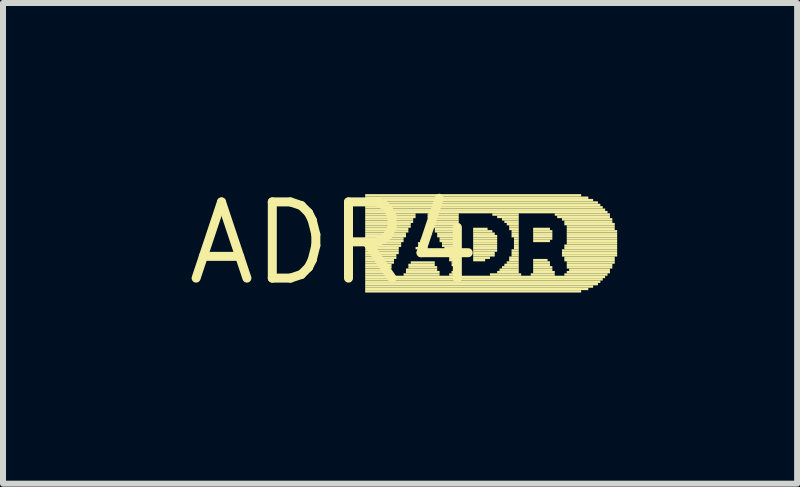
<source format=kicad_pcb>
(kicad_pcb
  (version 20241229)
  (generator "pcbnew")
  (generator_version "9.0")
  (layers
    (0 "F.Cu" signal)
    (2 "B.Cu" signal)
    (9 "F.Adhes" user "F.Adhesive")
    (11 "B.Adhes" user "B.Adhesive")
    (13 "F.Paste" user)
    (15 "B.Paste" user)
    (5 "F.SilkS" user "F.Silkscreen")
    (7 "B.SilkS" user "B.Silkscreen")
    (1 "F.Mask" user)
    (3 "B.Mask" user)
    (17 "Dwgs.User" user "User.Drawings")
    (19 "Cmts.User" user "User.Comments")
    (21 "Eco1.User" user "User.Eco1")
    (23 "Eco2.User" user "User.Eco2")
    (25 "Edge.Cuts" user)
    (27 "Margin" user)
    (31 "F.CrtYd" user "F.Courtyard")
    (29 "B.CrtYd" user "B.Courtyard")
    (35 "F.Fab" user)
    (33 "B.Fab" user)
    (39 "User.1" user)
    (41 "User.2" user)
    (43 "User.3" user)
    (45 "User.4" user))
  (footprint "ADR4"
    (layer "F.Cu")
    (at 2.517 1.006)
    (property "Reference" "ADR4" (at 0 0 0) (layer "F.SilkS") (effects (font (size 1.27 1.27) (thickness 0.15))))
    (fp_poly (pts (xy 0.52 -0.78) (xy 4.12 -0.78) (xy 4.12 -0.82) (xy 0.52 -0.82)) (stroke (width 0) (type default)) (fill yes) (layer "F.SilkS"))
    (fp_poly (pts (xy 0.52 -0.74) (xy 4.24 -0.74) (xy 4.24 -0.78) (xy 0.52 -0.78)) (stroke (width 0) (type default)) (fill yes) (layer "F.SilkS"))
    (fp_poly (pts (xy 0.52 -0.7) (xy 4.32 -0.7) (xy 4.32 -0.74) (xy 0.52 -0.74)) (stroke (width 0) (type default)) (fill yes) (layer "F.SilkS"))
    (fp_poly (pts (xy 0.52 -0.66) (xy 4.4 -0.66) (xy 4.4 -0.7) (xy 0.52 -0.7)) (stroke (width 0) (type default)) (fill yes) (layer "F.SilkS"))
    (fp_poly (pts (xy 0.52 -0.62) (xy 4.44 -0.62) (xy 4.44 -0.66) (xy 0.52 -0.66)) (stroke (width 0) (type default)) (fill yes) (layer "F.SilkS"))
    (fp_poly (pts (xy 0.52 -0.58) (xy 4.48 -0.58) (xy 4.48 -0.62) (xy 0.52 -0.62)) (stroke (width 0) (type default)) (fill yes) (layer "F.SilkS"))
    (fp_poly (pts (xy 0.52 -0.54) (xy 4.52 -0.54) (xy 4.52 -0.58) (xy 0.52 -0.58)) (stroke (width 0) (type default)) (fill yes) (layer "F.SilkS"))
    (fp_poly (pts (xy 0.52 -0.5) (xy 4.56 -0.5) (xy 4.56 -0.54) (xy 0.52 -0.54)) (stroke (width 0) (type default)) (fill yes) (layer "F.SilkS"))
    (fp_poly (pts (xy 0.52 -0.46) (xy 1.36 -0.46) (xy 1.36 -0.5) (xy 0.52 -0.5)) (stroke (width 0) (type default)) (fill yes) (layer "F.SilkS"))
    (fp_poly (pts (xy 0.52 -0.42) (xy 1.36 -0.42) (xy 1.36 -0.46) (xy 0.52 -0.46)) (stroke (width 0) (type default)) (fill yes) (layer "F.SilkS"))
    (fp_poly (pts (xy 0.52 -0.38) (xy 1.32 -0.38) (xy 1.32 -0.42) (xy 0.52 -0.42)) (stroke (width 0) (type default)) (fill yes) (layer "F.SilkS"))
    (fp_poly (pts (xy 0.52 -0.34) (xy 1.32 -0.34) (xy 1.32 -0.38) (xy 0.52 -0.38)) (stroke (width 0) (type default)) (fill yes) (layer "F.SilkS"))
    (fp_poly (pts (xy 0.52 -0.3) (xy 1.28 -0.3) (xy 1.28 -0.34) (xy 0.52 -0.34)) (stroke (width 0) (type default)) (fill yes) (layer "F.SilkS"))
    (fp_poly (pts (xy 0.52 -0.26) (xy 1.28 -0.26) (xy 1.28 -0.3) (xy 0.52 -0.3)) (stroke (width 0) (type default)) (fill yes) (layer "F.SilkS"))
    (fp_poly (pts (xy 0.52 -0.22) (xy 1.24 -0.22) (xy 1.24 -0.26) (xy 0.52 -0.26)) (stroke (width 0) (type default)) (fill yes) (layer "F.SilkS"))
    (fp_poly (pts (xy 0.52 -0.18) (xy 1.24 -0.18) (xy 1.24 -0.22) (xy 0.52 -0.22)) (stroke (width 0) (type default)) (fill yes) (layer "F.SilkS"))
    (fp_poly (pts (xy 0.52 -0.14) (xy 1.2 -0.14) (xy 1.2 -0.18) (xy 0.52 -0.18)) (stroke (width 0) (type default)) (fill yes) (layer "F.SilkS"))
    (fp_poly (pts (xy 0.52 -0.1) (xy 1.2 -0.1) (xy 1.2 -0.14) (xy 0.52 -0.14)) (stroke (width 0) (type default)) (fill yes) (layer "F.SilkS"))
    (fp_poly (pts (xy 0.52 -0.06) (xy 1.16 -0.06) (xy 1.16 -0.1) (xy 0.52 -0.1)) (stroke (width 0) (type default)) (fill yes) (layer "F.SilkS"))
    (fp_poly (pts (xy 0.52 -0.02) (xy 1.16 -0.02) (xy 1.16 -0.06) (xy 0.52 -0.06)) (stroke (width 0) (type default)) (fill yes) (layer "F.SilkS"))
    (fp_poly (pts (xy 0.52 0.02) (xy 1.12 0.02) (xy 1.12 -0.02) (xy 0.52 -0.02)) (stroke (width 0) (type default)) (fill yes) (layer "F.SilkS"))
    (fp_poly (pts (xy 0.52 0.06) (xy 1.12 0.06) (xy 1.12 0.02) (xy 0.52 0.02)) (stroke (width 0) (type default)) (fill yes) (layer "F.SilkS"))
    (fp_poly (pts (xy 0.52 0.1) (xy 1.08 0.1) (xy 1.08 0.06) (xy 0.52 0.06)) (stroke (width 0) (type default)) (fill yes) (layer "F.SilkS"))
    (fp_poly (pts (xy 0.52 0.14) (xy 1.08 0.14) (xy 1.08 0.1) (xy 0.52 0.1)) (stroke (width 0) (type default)) (fill yes) (layer "F.SilkS"))
    (fp_poly (pts (xy 0.52 0.18) (xy 1.08 0.18) (xy 1.08 0.14) (xy 0.52 0.14)) (stroke (width 0) (type default)) (fill yes) (layer "F.SilkS"))
    (fp_poly (pts (xy 0.52 0.22) (xy 1.04 0.22) (xy 1.04 0.18) (xy 0.52 0.18)) (stroke (width 0) (type default)) (fill yes) (layer "F.SilkS"))
    (fp_poly (pts (xy 0.52 0.26) (xy 1.04 0.26) (xy 1.04 0.22) (xy 0.52 0.22)) (stroke (width 0) (type default)) (fill yes) (layer "F.SilkS"))
    (fp_poly (pts (xy 0.52 0.3) (xy 1 0.3) (xy 1 0.26) (xy 0.52 0.26)) (stroke (width 0) (type default)) (fill yes) (layer "F.SilkS"))
    (fp_poly (pts (xy 0.52 0.34) (xy 1 0.34) (xy 1 0.3) (xy 0.52 0.3)) (stroke (width 0) (type default)) (fill yes) (layer "F.SilkS"))
    (fp_poly (pts (xy 0.52 0.38) (xy 0.96 0.38) (xy 0.96 0.34) (xy 0.52 0.34)) (stroke (width 0) (type default)) (fill yes) (layer "F.SilkS"))
    (fp_poly (pts (xy 0.52 0.42) (xy 0.96 0.42) (xy 0.96 0.38) (xy 0.52 0.38)) (stroke (width 0) (type default)) (fill yes) (layer "F.SilkS"))
    (fp_poly (pts (xy 0.52 0.46) (xy 0.92 0.46) (xy 0.92 0.42) (xy 0.52 0.42)) (stroke (width 0) (type default)) (fill yes) (layer "F.SilkS"))
    (fp_poly (pts (xy 0.52 0.5) (xy 0.96 0.5) (xy 0.96 0.46) (xy 0.52 0.46)) (stroke (width 0) (type default)) (fill yes) (layer "F.SilkS"))
    (fp_poly (pts (xy 0.52 0.54) (xy 1 0.54) (xy 1 0.5) (xy 0.52 0.5)) (stroke (width 0) (type default)) (fill yes) (layer "F.SilkS"))
    (fp_poly (pts (xy 0.52 0.58) (xy 4.52 0.58) (xy 4.52 0.54) (xy 0.52 0.54)) (stroke (width 0) (type default)) (fill yes) (layer "F.SilkS"))
    (fp_poly (pts (xy 0.52 0.62) (xy 4.48 0.62) (xy 4.48 0.58) (xy 0.52 0.58)) (stroke (width 0) (type default)) (fill yes) (layer "F.SilkS"))
    (fp_poly (pts (xy 0.52 0.66) (xy 4.44 0.66) (xy 4.44 0.62) (xy 0.52 0.62)) (stroke (width 0) (type default)) (fill yes) (layer "F.SilkS"))
    (fp_poly (pts (xy 0.52 0.7) (xy 4.4 0.7) (xy 4.4 0.66) (xy 0.52 0.66)) (stroke (width 0) (type default)) (fill yes) (layer "F.SilkS"))
    (fp_poly (pts (xy 0.52 0.74) (xy 4.32 0.74) (xy 4.32 0.7) (xy 0.52 0.7)) (stroke (width 0) (type default)) (fill yes) (layer "F.SilkS"))
    (fp_poly (pts (xy 0.52 0.78) (xy 4.24 0.78) (xy 4.24 0.74) (xy 0.52 0.74)) (stroke (width 0) (type default)) (fill yes) (layer "F.SilkS"))
    (fp_poly (pts (xy 0.52 0.82) (xy 4.12 0.82) (xy 4.12 0.78) (xy 0.52 0.78)) (stroke (width 0) (type default)) (fill yes) (layer "F.SilkS"))
    (fp_poly (pts (xy 1.16 0.54) (xy 1.76 0.54) (xy 1.76 0.5) (xy 1.16 0.5)) (stroke (width 0) (type default)) (fill yes) (layer "F.SilkS"))
    (fp_poly (pts (xy 1.2 0.46) (xy 1.72 0.46) (xy 1.72 0.42) (xy 1.2 0.42)) (stroke (width 0) (type default)) (fill yes) (layer "F.SilkS"))
    (fp_poly (pts (xy 1.2 0.5) (xy 1.76 0.5) (xy 1.76 0.46) (xy 1.2 0.46)) (stroke (width 0) (type default)) (fill yes) (layer "F.SilkS"))
    (fp_poly (pts (xy 1.24 0.38) (xy 1.68 0.38) (xy 1.68 0.34) (xy 1.24 0.34)) (stroke (width 0) (type default)) (fill yes) (layer "F.SilkS"))
    (fp_poly (pts (xy 1.24 0.42) (xy 1.72 0.42) (xy 1.72 0.38) (xy 1.24 0.38)) (stroke (width 0) (type default)) (fill yes) (layer "F.SilkS"))
    (fp_poly (pts (xy 1.28 0.34) (xy 1.68 0.34) (xy 1.68 0.3) (xy 1.28 0.3)) (stroke (width 0) (type default)) (fill yes) (layer "F.SilkS"))
    (fp_poly (pts (xy 1.36 0.1) (xy 1.56 0.1) (xy 1.56 0.06) (xy 1.36 0.06)) (stroke (width 0) (type default)) (fill yes) (layer "F.SilkS"))
    (fp_poly (pts (xy 1.4 0.02) (xy 1.52 0.02) (xy 1.52 -0.02) (xy 1.4 -0.02)) (stroke (width 0) (type default)) (fill yes) (layer "F.SilkS"))
    (fp_poly (pts (xy 1.4 0.06) (xy 1.52 0.06) (xy 1.52 0.02) (xy 1.4 0.02)) (stroke (width 0) (type default)) (fill yes) (layer "F.SilkS"))
    (fp_poly (pts (xy 1.44 -0.02) (xy 1.48 -0.02) (xy 1.48 -0.06) (xy 1.44 -0.06)) (stroke (width 0) (type default)) (fill yes) (layer "F.SilkS"))
    (fp_poly (pts (xy 1.56 -0.46) (xy 2.08 -0.46) (xy 2.08 -0.5) (xy 1.56 -0.5)) (stroke (width 0) (type default)) (fill yes) (layer "F.SilkS"))
    (fp_poly (pts (xy 1.56 -0.42) (xy 2.08 -0.42) (xy 2.08 -0.46) (xy 1.56 -0.46)) (stroke (width 0) (type default)) (fill yes) (layer "F.SilkS"))
    (fp_poly (pts (xy 1.6 -0.38) (xy 2.08 -0.38) (xy 2.08 -0.42) (xy 1.6 -0.42)) (stroke (width 0) (type default)) (fill yes) (layer "F.SilkS"))
    (fp_poly (pts (xy 1.6 -0.34) (xy 2.08 -0.34) (xy 2.08 -0.38) (xy 1.6 -0.38)) (stroke (width 0) (type default)) (fill yes) (layer "F.SilkS"))
    (fp_poly (pts (xy 1.64 -0.3) (xy 2.08 -0.3) (xy 2.08 -0.34) (xy 1.64 -0.34)) (stroke (width 0) (type default)) (fill yes) (layer "F.SilkS"))
    (fp_poly (pts (xy 1.64 -0.26) (xy 2.08 -0.26) (xy 2.08 -0.3) (xy 1.64 -0.3)) (stroke (width 0) (type default)) (fill yes) (layer "F.SilkS"))
    (fp_poly (pts (xy 1.68 -0.22) (xy 2.08 -0.22) (xy 2.08 -0.26) (xy 1.68 -0.26)) (stroke (width 0) (type default)) (fill yes) (layer "F.SilkS"))
    (fp_poly (pts (xy 1.68 -0.18) (xy 2.08 -0.18) (xy 2.08 -0.22) (xy 1.68 -0.22)) (stroke (width 0) (type default)) (fill yes) (layer "F.SilkS"))
    (fp_poly (pts (xy 1.72 -0.14) (xy 2.08 -0.14) (xy 2.08 -0.18) (xy 1.72 -0.18)) (stroke (width 0) (type default)) (fill yes) (layer "F.SilkS"))
    (fp_poly (pts (xy 1.72 -0.1) (xy 2.08 -0.1) (xy 2.08 -0.14) (xy 1.72 -0.14)) (stroke (width 0) (type default)) (fill yes) (layer "F.SilkS"))
    (fp_poly (pts (xy 1.76 -0.06) (xy 2.08 -0.06) (xy 2.08 -0.1) (xy 1.76 -0.1)) (stroke (width 0) (type default)) (fill yes) (layer "F.SilkS"))
    (fp_poly (pts (xy 1.76 -0.02) (xy 2.08 -0.02) (xy 2.08 -0.06) (xy 1.76 -0.06)) (stroke (width 0) (type default)) (fill yes) (layer "F.SilkS"))
    (fp_poly (pts (xy 1.8 0.02) (xy 2.08 0.02) (xy 2.08 -0.02) (xy 1.8 -0.02)) (stroke (width 0) (type default)) (fill yes) (layer "F.SilkS"))
    (fp_poly (pts (xy 1.8 0.06) (xy 2.08 0.06) (xy 2.08 0.02) (xy 1.8 0.02)) (stroke (width 0) (type default)) (fill yes) (layer "F.SilkS"))
    (fp_poly (pts (xy 1.84 0.1) (xy 2.08 0.1) (xy 2.08 0.06) (xy 1.84 0.06)) (stroke (width 0) (type default)) (fill yes) (layer "F.SilkS"))
    (fp_poly (pts (xy 1.84 0.14) (xy 2.08 0.14) (xy 2.08 0.1) (xy 1.84 0.1)) (stroke (width 0) (type default)) (fill yes) (layer "F.SilkS"))
    (fp_poly (pts (xy 1.88 0.18) (xy 2.08 0.18) (xy 2.08 0.14) (xy 1.88 0.14)) (stroke (width 0) (type default)) (fill yes) (layer "F.SilkS"))
    (fp_poly (pts (xy 1.88 0.22) (xy 2.08 0.22) (xy 2.08 0.18) (xy 1.88 0.18)) (stroke (width 0) (type default)) (fill yes) (layer "F.SilkS"))
    (fp_poly (pts (xy 1.92 0.26) (xy 2.08 0.26) (xy 2.08 0.22) (xy 1.92 0.22)) (stroke (width 0) (type default)) (fill yes) (layer "F.SilkS"))
    (fp_poly (pts (xy 1.92 0.3) (xy 2.08 0.3) (xy 2.08 0.26) (xy 1.92 0.26)) (stroke (width 0) (type default)) (fill yes) (layer "F.SilkS"))
    (fp_poly (pts (xy 1.92 0.54) (xy 2.12 0.54) (xy 2.12 0.5) (xy 1.92 0.5)) (stroke (width 0) (type default)) (fill yes) (layer "F.SilkS"))
    (fp_poly (pts (xy 1.96 0.34) (xy 2.08 0.34) (xy 2.08 0.3) (xy 1.96 0.3)) (stroke (width 0) (type default)) (fill yes) (layer "F.SilkS"))
    (fp_poly (pts (xy 1.96 0.38) (xy 2.08 0.38) (xy 2.08 0.34) (xy 1.96 0.34)) (stroke (width 0) (type default)) (fill yes) (layer "F.SilkS"))
    (fp_poly (pts (xy 1.96 0.5) (xy 2.08 0.5) (xy 2.08 0.46) (xy 1.96 0.46)) (stroke (width 0) (type default)) (fill yes) (layer "F.SilkS"))
    (fp_poly (pts (xy 2 0.42) (xy 2.08 0.42) (xy 2.08 0.38) (xy 2 0.38)) (stroke (width 0) (type default)) (fill yes) (layer "F.SilkS"))
    (fp_poly (pts (xy 2 0.46) (xy 2.08 0.46) (xy 2.08 0.42) (xy 2 0.42)) (stroke (width 0) (type default)) (fill yes) (layer "F.SilkS"))
    (fp_poly (pts (xy 2.32 -0.22) (xy 2.56 -0.22) (xy 2.56 -0.26) (xy 2.32 -0.26)) (stroke (width 0) (type default)) (fill yes) (layer "F.SilkS"))
    (fp_poly (pts (xy 2.32 -0.18) (xy 2.64 -0.18) (xy 2.64 -0.22) (xy 2.32 -0.22)) (stroke (width 0) (type default)) (fill yes) (layer "F.SilkS"))
    (fp_poly (pts (xy 2.32 -0.14) (xy 2.68 -0.14) (xy 2.68 -0.18) (xy 2.32 -0.18)) (stroke (width 0) (type default)) (fill yes) (layer "F.SilkS"))
    (fp_poly (pts (xy 2.32 -0.1) (xy 2.72 -0.1) (xy 2.72 -0.14) (xy 2.32 -0.14)) (stroke (width 0) (type default)) (fill yes) (layer "F.SilkS"))
    (fp_poly (pts (xy 2.32 -0.06) (xy 2.72 -0.06) (xy 2.72 -0.1) (xy 2.32 -0.1)) (stroke (width 0) (type default)) (fill yes) (layer "F.SilkS"))
    (fp_poly (pts (xy 2.32 -0.02) (xy 2.72 -0.02) (xy 2.72 -0.06) (xy 2.32 -0.06)) (stroke (width 0) (type default)) (fill yes) (layer "F.SilkS"))
    (fp_poly (pts (xy 2.32 0.02) (xy 2.72 0.02) (xy 2.72 -0.02) (xy 2.32 -0.02)) (stroke (width 0) (type default)) (fill yes) (layer "F.SilkS"))
    (fp_poly (pts (xy 2.32 0.06) (xy 2.72 0.06) (xy 2.72 0.02) (xy 2.32 0.02)) (stroke (width 0) (type default)) (fill yes) (layer "F.SilkS"))
    (fp_poly (pts (xy 2.32 0.1) (xy 2.72 0.1) (xy 2.72 0.06) (xy 2.32 0.06)) (stroke (width 0) (type default)) (fill yes) (layer "F.SilkS"))
    (fp_poly (pts (xy 2.32 0.14) (xy 2.72 0.14) (xy 2.72 0.1) (xy 2.32 0.1)) (stroke (width 0) (type default)) (fill yes) (layer "F.SilkS"))
    (fp_poly (pts (xy 2.32 0.18) (xy 2.68 0.18) (xy 2.68 0.14) (xy 2.32 0.14)) (stroke (width 0) (type default)) (fill yes) (layer "F.SilkS"))
    (fp_poly (pts (xy 2.32 0.22) (xy 2.68 0.22) (xy 2.68 0.18) (xy 2.32 0.18)) (stroke (width 0) (type default)) (fill yes) (layer "F.SilkS"))
    (fp_poly (pts (xy 2.32 0.26) (xy 2.6 0.26) (xy 2.6 0.22) (xy 2.32 0.22)) (stroke (width 0) (type default)) (fill yes) (layer "F.SilkS"))
    (fp_poly (pts (xy 2.32 0.3) (xy 2.52 0.3) (xy 2.52 0.26) (xy 2.32 0.26)) (stroke (width 0) (type default)) (fill yes) (layer "F.SilkS"))
    (fp_poly (pts (xy 2.6 0.54) (xy 3.12 0.54) (xy 3.12 0.5) (xy 2.6 0.5)) (stroke (width 0) (type default)) (fill yes) (layer "F.SilkS"))
    (fp_poly (pts (xy 2.64 -0.46) (xy 3.08 -0.46) (xy 3.08 -0.5) (xy 2.64 -0.5)) (stroke (width 0) (type default)) (fill yes) (layer "F.SilkS"))
    (fp_poly (pts (xy 2.72 -0.42) (xy 3.08 -0.42) (xy 3.08 -0.46) (xy 2.72 -0.46)) (stroke (width 0) (type default)) (fill yes) (layer "F.SilkS"))
    (fp_poly (pts (xy 2.72 0.5) (xy 3.08 0.5) (xy 3.08 0.46) (xy 2.72 0.46)) (stroke (width 0) (type default)) (fill yes) (layer "F.SilkS"))
    (fp_poly (pts (xy 2.76 0.46) (xy 3.08 0.46) (xy 3.08 0.42) (xy 2.76 0.42)) (stroke (width 0) (type default)) (fill yes) (layer "F.SilkS"))
    (fp_poly (pts (xy 2.8 -0.38) (xy 3.08 -0.38) (xy 3.08 -0.42) (xy 2.8 -0.42)) (stroke (width 0) (type default)) (fill yes) (layer "F.SilkS"))
    (fp_poly (pts (xy 2.8 0.42) (xy 3.08 0.42) (xy 3.08 0.38) (xy 2.8 0.38)) (stroke (width 0) (type default)) (fill yes) (layer "F.SilkS"))
    (fp_poly (pts (xy 2.84 -0.34) (xy 3.08 -0.34) (xy 3.08 -0.38) (xy 2.84 -0.38)) (stroke (width 0) (type default)) (fill yes) (layer "F.SilkS"))
    (fp_poly (pts (xy 2.84 0.38) (xy 3.08 0.38) (xy 3.08 0.34) (xy 2.84 0.34)) (stroke (width 0) (type default)) (fill yes) (layer "F.SilkS"))
    (fp_poly (pts (xy 2.88 -0.3) (xy 3.08 -0.3) (xy 3.08 -0.34) (xy 2.88 -0.34)) (stroke (width 0) (type default)) (fill yes) (layer "F.SilkS"))
    (fp_poly (pts (xy 2.88 0.34) (xy 3.08 0.34) (xy 3.08 0.3) (xy 2.88 0.3)) (stroke (width 0) (type default)) (fill yes) (layer "F.SilkS"))
    (fp_poly (pts (xy 2.92 -0.26) (xy 3.08 -0.26) (xy 3.08 -0.3) (xy 2.92 -0.3)) (stroke (width 0) (type default)) (fill yes) (layer "F.SilkS"))
    (fp_poly (pts (xy 2.92 -0.22) (xy 3.08 -0.22) (xy 3.08 -0.26) (xy 2.92 -0.26)) (stroke (width 0) (type default)) (fill yes) (layer "F.SilkS"))
    (fp_poly (pts (xy 2.92 0.26) (xy 3.08 0.26) (xy 3.08 0.22) (xy 2.92 0.22)) (stroke (width 0) (type default)) (fill yes) (layer "F.SilkS"))
    (fp_poly (pts (xy 2.92 0.3) (xy 3.08 0.3) (xy 3.08 0.26) (xy 2.92 0.26)) (stroke (width 0) (type default)) (fill yes) (layer "F.SilkS"))
    (fp_poly (pts (xy 2.96 -0.18) (xy 3.08 -0.18) (xy 3.08 -0.22) (xy 2.96 -0.22)) (stroke (width 0) (type default)) (fill yes) (layer "F.SilkS"))
    (fp_poly (pts (xy 2.96 -0.14) (xy 3.08 -0.14) (xy 3.08 -0.18) (xy 2.96 -0.18)) (stroke (width 0) (type default)) (fill yes) (layer "F.SilkS"))
    (fp_poly (pts (xy 2.96 -0.1) (xy 3.08 -0.1) (xy 3.08 -0.14) (xy 2.96 -0.14)) (stroke (width 0) (type default)) (fill yes) (layer "F.SilkS"))
    (fp_poly (pts (xy 2.96 0.14) (xy 3.08 0.14) (xy 3.08 0.1) (xy 2.96 0.1)) (stroke (width 0) (type default)) (fill yes) (layer "F.SilkS"))
    (fp_poly (pts (xy 2.96 0.18) (xy 3.08 0.18) (xy 3.08 0.14) (xy 2.96 0.14)) (stroke (width 0) (type default)) (fill yes) (layer "F.SilkS"))
    (fp_poly (pts (xy 2.96 0.22) (xy 3.08 0.22) (xy 3.08 0.18) (xy 2.96 0.18)) (stroke (width 0) (type default)) (fill yes) (layer "F.SilkS"))
    (fp_poly (pts (xy 3 -0.06) (xy 3.08 -0.06) (xy 3.08 -0.1) (xy 3 -0.1)) (stroke (width 0) (type default)) (fill yes) (layer "F.SilkS"))
    (fp_poly (pts (xy 3 -0.02) (xy 3.08 -0.02) (xy 3.08 -0.06) (xy 3 -0.06)) (stroke (width 0) (type default)) (fill yes) (layer "F.SilkS"))
    (fp_poly (pts (xy 3 0.02) (xy 3.08 0.02) (xy 3.08 -0.02) (xy 3 -0.02)) (stroke (width 0) (type default)) (fill yes) (layer "F.SilkS"))
    (fp_poly (pts (xy 3 0.06) (xy 3.08 0.06) (xy 3.08 0.02) (xy 3 0.02)) (stroke (width 0) (type default)) (fill yes) (layer "F.SilkS"))
    (fp_poly (pts (xy 3 0.1) (xy 3.08 0.1) (xy 3.08 0.06) (xy 3 0.06)) (stroke (width 0) (type default)) (fill yes) (layer "F.SilkS"))
    (fp_poly (pts (xy 3.28 0.54) (xy 3.68 0.54) (xy 3.68 0.5) (xy 3.28 0.5)) (stroke (width 0) (type default)) (fill yes) (layer "F.SilkS"))
    (fp_poly (pts (xy 3.32 -0.22) (xy 3.6 -0.22) (xy 3.6 -0.26) (xy 3.32 -0.26)) (stroke (width 0) (type default)) (fill yes) (layer "F.SilkS"))
    (fp_poly (pts (xy 3.32 -0.18) (xy 3.64 -0.18) (xy 3.64 -0.22) (xy 3.32 -0.22)) (stroke (width 0) (type default)) (fill yes) (layer "F.SilkS"))
    (fp_poly (pts (xy 3.32 -0.14) (xy 3.64 -0.14) (xy 3.64 -0.18) (xy 3.32 -0.18)) (stroke (width 0) (type default)) (fill yes) (layer "F.SilkS"))
    (fp_poly (pts (xy 3.32 -0.1) (xy 3.64 -0.1) (xy 3.64 -0.14) (xy 3.32 -0.14)) (stroke (width 0) (type default)) (fill yes) (layer "F.SilkS"))
    (fp_poly (pts (xy 3.32 -0.06) (xy 3.64 -0.06) (xy 3.64 -0.1) (xy 3.32 -0.1)) (stroke (width 0) (type default)) (fill yes) (layer "F.SilkS"))
    (fp_poly (pts (xy 3.32 -0.02) (xy 3.6 -0.02) (xy 3.6 -0.06) (xy 3.32 -0.06)) (stroke (width 0) (type default)) (fill yes) (layer "F.SilkS"))
    (fp_poly (pts (xy 3.32 0.3) (xy 3.56 0.3) (xy 3.56 0.26) (xy 3.32 0.26)) (stroke (width 0) (type default)) (fill yes) (layer "F.SilkS"))
    (fp_poly (pts (xy 3.32 0.34) (xy 3.6 0.34) (xy 3.6 0.3) (xy 3.32 0.3)) (stroke (width 0) (type default)) (fill yes) (layer "F.SilkS"))
    (fp_poly (pts (xy 3.32 0.38) (xy 3.6 0.38) (xy 3.6 0.34) (xy 3.32 0.34)) (stroke (width 0) (type default)) (fill yes) (layer "F.SilkS"))
    (fp_poly (pts (xy 3.32 0.42) (xy 3.64 0.42) (xy 3.64 0.38) (xy 3.32 0.38)) (stroke (width 0) (type default)) (fill yes) (layer "F.SilkS"))
    (fp_poly (pts (xy 3.32 0.46) (xy 3.64 0.46) (xy 3.64 0.42) (xy 3.32 0.42)) (stroke (width 0) (type default)) (fill yes) (layer "F.SilkS"))
    (fp_poly (pts (xy 3.32 0.5) (xy 3.68 0.5) (xy 3.68 0.46) (xy 3.32 0.46)) (stroke (width 0) (type default)) (fill yes) (layer "F.SilkS"))
    (fp_poly (pts (xy 3.68 -0.46) (xy 4.6 -0.46) (xy 4.6 -0.5) (xy 3.68 -0.5)) (stroke (width 0) (type default)) (fill yes) (layer "F.SilkS"))
    (fp_poly (pts (xy 3.72 -0.42) (xy 4.6 -0.42) (xy 4.6 -0.46) (xy 3.72 -0.46)) (stroke (width 0) (type default)) (fill yes) (layer "F.SilkS"))
    (fp_poly (pts (xy 3.8 -0.38) (xy 4.64 -0.38) (xy 4.64 -0.42) (xy 3.8 -0.42)) (stroke (width 0) (type default)) (fill yes) (layer "F.SilkS"))
    (fp_poly (pts (xy 3.8 0.14) (xy 4.72 0.14) (xy 4.72 0.1) (xy 3.8 0.1)) (stroke (width 0) (type default)) (fill yes) (layer "F.SilkS"))
    (fp_poly (pts (xy 3.8 0.18) (xy 4.72 0.18) (xy 4.72 0.14) (xy 3.8 0.14)) (stroke (width 0) (type default)) (fill yes) (layer "F.SilkS"))
    (fp_poly (pts (xy 3.8 0.22) (xy 4.72 0.22) (xy 4.72 0.18) (xy 3.8 0.18)) (stroke (width 0) (type default)) (fill yes) (layer "F.SilkS"))
    (fp_poly (pts (xy 3.84 -0.34) (xy 4.64 -0.34) (xy 4.64 -0.38) (xy 3.84 -0.38)) (stroke (width 0) (type default)) (fill yes) (layer "F.SilkS"))
    (fp_poly (pts (xy 3.84 -0.3) (xy 4.68 -0.3) (xy 4.68 -0.34) (xy 3.84 -0.34)) (stroke (width 0) (type default)) (fill yes) (layer "F.SilkS"))
    (fp_poly (pts (xy 3.84 0.06) (xy 4.72 0.06) (xy 4.72 0.02) (xy 3.84 0.02)) (stroke (width 0) (type default)) (fill yes) (layer "F.SilkS"))
    (fp_poly (pts (xy 3.84 0.1) (xy 4.72 0.1) (xy 4.72 0.06) (xy 3.84 0.06)) (stroke (width 0) (type default)) (fill yes) (layer "F.SilkS"))
    (fp_poly (pts (xy 3.84 0.26) (xy 4.68 0.26) (xy 4.68 0.22) (xy 3.84 0.22)) (stroke (width 0) (type default)) (fill yes) (layer "F.SilkS"))
    (fp_poly (pts (xy 3.84 0.3) (xy 4.68 0.3) (xy 4.68 0.26) (xy 3.84 0.26)) (stroke (width 0) (type default)) (fill yes) (layer "F.SilkS"))
    (fp_poly (pts (xy 3.84 0.54) (xy 4.56 0.54) (xy 4.56 0.5) (xy 3.84 0.5)) (stroke (width 0) (type default)) (fill yes) (layer "F.SilkS"))
    (fp_poly (pts (xy 3.88 -0.26) (xy 4.68 -0.26) (xy 4.68 -0.3) (xy 3.88 -0.3)) (stroke (width 0) (type default)) (fill yes) (layer "F.SilkS"))
    (fp_poly (pts (xy 3.88 -0.22) (xy 4.68 -0.22) (xy 4.68 -0.26) (xy 3.88 -0.26)) (stroke (width 0) (type default)) (fill yes) (layer "F.SilkS"))
    (fp_poly (pts (xy 3.88 -0.18) (xy 4.72 -0.18) (xy 4.72 -0.22) (xy 3.88 -0.22)) (stroke (width 0) (type default)) (fill yes) (layer "F.SilkS"))
    (fp_poly (pts (xy 3.88 -0.14) (xy 4.72 -0.14) (xy 4.72 -0.18) (xy 3.88 -0.18)) (stroke (width 0) (type default)) (fill yes) (layer "F.SilkS"))
    (fp_poly (pts (xy 3.88 -0.1) (xy 4.72 -0.1) (xy 4.72 -0.14) (xy 3.88 -0.14)) (stroke (width 0) (type default)) (fill yes) (layer "F.SilkS"))
    (fp_poly (pts (xy 3.88 -0.06) (xy 4.72 -0.06) (xy 4.72 -0.1) (xy 3.88 -0.1)) (stroke (width 0) (type default)) (fill yes) (layer "F.SilkS"))
    (fp_poly (pts (xy 3.88 -0.02) (xy 4.72 -0.02) (xy 4.72 -0.06) (xy 3.88 -0.06)) (stroke (width 0) (type default)) (fill yes) (layer "F.SilkS"))
    (fp_poly (pts (xy 3.88 0.02) (xy 4.72 0.02) (xy 4.72 -0.02) (xy 3.88 -0.02)) (stroke (width 0) (type default)) (fill yes) (layer "F.SilkS"))
    (fp_poly (pts (xy 3.88 0.34) (xy 4.68 0.34) (xy 4.68 0.3) (xy 3.88 0.3)) (stroke (width 0) (type default)) (fill yes) (layer "F.SilkS"))
    (fp_poly (pts (xy 3.88 0.38) (xy 4.64 0.38) (xy 4.64 0.34) (xy 3.88 0.34)) (stroke (width 0) (type default)) (fill yes) (layer "F.SilkS"))
    (fp_poly (pts (xy 3.88 0.42) (xy 4.64 0.42) (xy 4.64 0.38) (xy 3.88 0.38)) (stroke (width 0) (type default)) (fill yes) (layer "F.SilkS"))
    (fp_poly (pts (xy 3.88 0.5) (xy 4.6 0.5) (xy 4.6 0.46) (xy 3.88 0.46)) (stroke (width 0) (type default)) (fill yes) (layer "F.SilkS"))
    (fp_poly (pts (xy 3.92 0.46) (xy 4.6 0.46) (xy 4.6 0.42) (xy 3.92 0.42)) (stroke (width 0) (type default)) (fill yes) (layer "F.SilkS")))
  (gr_rect
    (start -3 -3)
    (end 10.237 5.012)
    (stroke (width 0.1) (type default))
    (fill no)
    (layer "Edge.Cuts")))
</source>
